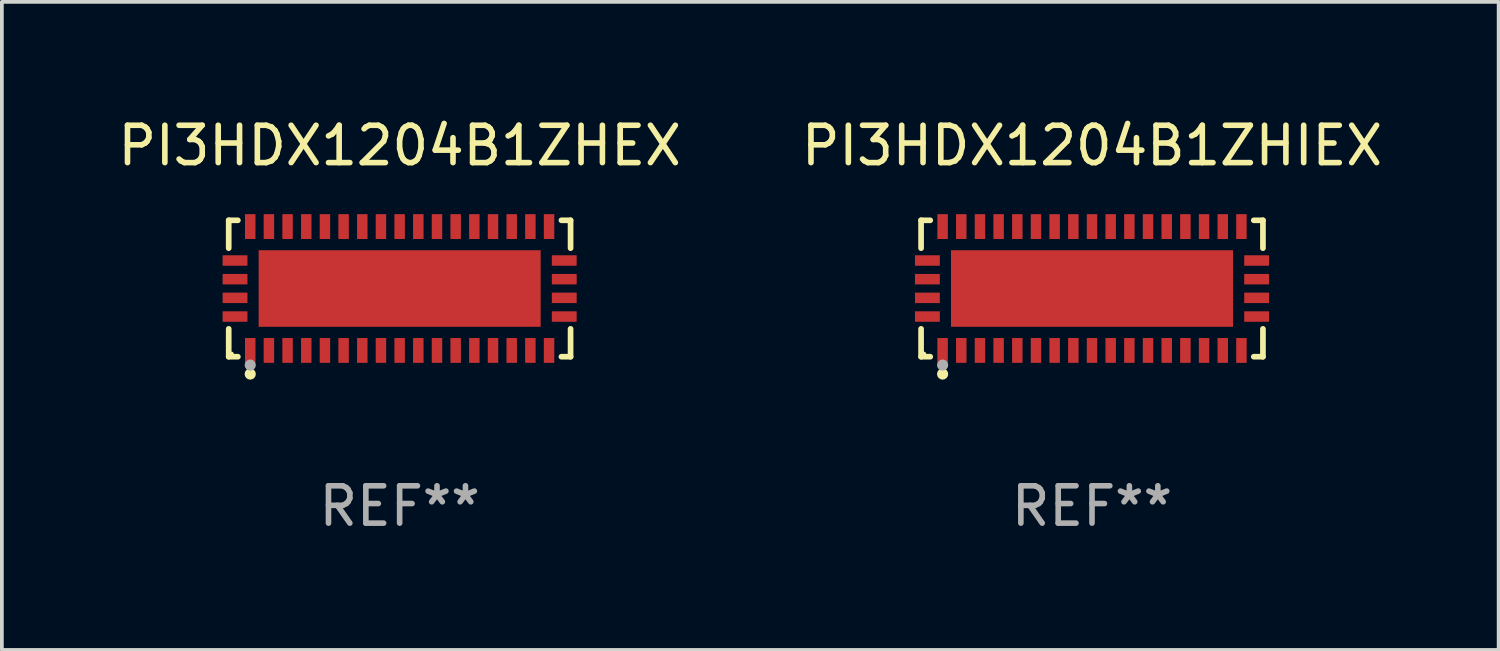
<source format=kicad_pcb>
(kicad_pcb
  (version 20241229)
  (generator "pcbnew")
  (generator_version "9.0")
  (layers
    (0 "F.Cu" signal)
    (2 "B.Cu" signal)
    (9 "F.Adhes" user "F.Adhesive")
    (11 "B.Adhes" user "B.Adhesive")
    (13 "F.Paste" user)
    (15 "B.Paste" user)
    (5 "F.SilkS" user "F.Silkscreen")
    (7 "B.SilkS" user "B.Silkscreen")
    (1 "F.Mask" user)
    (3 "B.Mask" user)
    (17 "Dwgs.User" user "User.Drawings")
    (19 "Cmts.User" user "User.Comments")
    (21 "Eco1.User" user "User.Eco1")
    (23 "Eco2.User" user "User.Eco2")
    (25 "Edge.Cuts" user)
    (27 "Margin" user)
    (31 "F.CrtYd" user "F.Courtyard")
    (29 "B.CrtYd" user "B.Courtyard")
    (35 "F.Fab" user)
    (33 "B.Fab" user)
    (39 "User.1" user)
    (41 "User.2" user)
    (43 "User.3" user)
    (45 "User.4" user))
  (footprint "PI3HDX1204B1ZHIEX"
    (layer "F.Cu")
    (at 26.185 4.674)
    (property "Reference" "PI3HDX1204B1ZHIEX" (at 0 -3.826 0) (layer "F.SilkS") (effects (font (size 1 1) (thickness 0.15))))
    (attr through_hole)
    (fp_line (start -4.576 -1.826) (end -4.331 -1.826) (stroke (width 0.152) (type solid)) (layer "F.SilkS"))
    (fp_line (start -4.576 -1.08) (end -4.576 -1.826) (stroke (width 0.152) (type solid)) (layer "F.SilkS"))
    (fp_line (start -4.576 1.08) (end -4.576 1.826) (stroke (width 0.152) (type solid)) (layer "F.SilkS"))
    (fp_line (start -4.576 1.826) (end -4.331 1.826) (stroke (width 0.152) (type solid)) (layer "F.SilkS"))
    (fp_line (start 4.576 -1.826) (end 4.331 -1.826) (stroke (width 0.152) (type solid)) (layer "F.SilkS"))
    (fp_line (start 4.576 -1.08) (end 4.576 -1.826) (stroke (width 0.152) (type solid)) (layer "F.SilkS"))
    (fp_line (start 4.576 1.08) (end 4.576 1.826) (stroke (width 0.152) (type solid)) (layer "F.SilkS"))
    (fp_line (start 4.576 1.826) (end 4.331 1.826) (stroke (width 0.152) (type solid)) (layer "F.SilkS"))
    (fp_circle (center -4.5 1.75) (end -4.47 1.75) (stroke (width 0.06) (type solid)) (fill no) (layer "F.SilkS"))
    (fp_circle (center -4 2.29) (end -3.925 2.29) (stroke (width 0.15) (type solid)) (fill no) (layer "F.SilkS"))
    (fp_circle (center -4 2.05) (end -3.925 2.05) (stroke (width 0.15) (type solid)) (fill no) (layer "F.Fab"))
    (fp_text user "REF**" (at 0 5.826 0) (layer "F.Fab") (effects (font (size 1 1) (thickness 0.15))))
    (pad "1" smd rect (at -4 1.658) (size 0.28 0.665) (layers "F.Cu" "F.Mask" "F.Paste"))
    (pad "2" smd rect (at -3.5 1.658) (size 0.28 0.665) (layers "F.Cu" "F.Mask" "F.Paste"))
    (pad "3" smd rect (at -3 1.658) (size 0.28 0.665) (layers "F.Cu" "F.Mask" "F.Paste"))
    (pad "4" smd rect (at -2.5 1.658) (size 0.28 0.665) (layers "F.Cu" "F.Mask" "F.Paste"))
    (pad "5" smd rect (at -2 1.658) (size 0.28 0.665) (layers "F.Cu" "F.Mask" "F.Paste"))
    (pad "6" smd rect (at -1.5 1.658) (size 0.28 0.665) (layers "F.Cu" "F.Mask" "F.Paste"))
    (pad "7" smd rect (at -1 1.658) (size 0.28 0.665) (layers "F.Cu" "F.Mask" "F.Paste"))
    (pad "8" smd rect (at -0.5 1.658) (size 0.28 0.665) (layers "F.Cu" "F.Mask" "F.Paste"))
    (pad "9" smd rect (at 0 1.658) (size 0.28 0.665) (layers "F.Cu" "F.Mask" "F.Paste"))
    (pad "10" smd rect (at 0.5 1.658) (size 0.28 0.665) (layers "F.Cu" "F.Mask" "F.Paste"))
    (pad "11" smd rect (at 1 1.658) (size 0.28 0.665) (layers "F.Cu" "F.Mask" "F.Paste"))
    (pad "12" smd rect (at 1.5 1.658) (size 0.28 0.665) (layers "F.Cu" "F.Mask" "F.Paste"))
    (pad "13" smd rect (at 2 1.658) (size 0.28 0.665) (layers "F.Cu" "F.Mask" "F.Paste"))
    (pad "14" smd rect (at 2.5 1.658) (size 0.28 0.665) (layers "F.Cu" "F.Mask" "F.Paste"))
    (pad "15" smd rect (at 3 1.658) (size 0.28 0.665) (layers "F.Cu" "F.Mask" "F.Paste"))
    (pad "16" smd rect (at 3.5 1.658) (size 0.28 0.665) (layers "F.Cu" "F.Mask" "F.Paste"))
    (pad "17" smd rect (at 4 1.658) (size 0.28 0.665) (layers "F.Cu" "F.Mask" "F.Paste"))
    (pad "18" smd rect (at 4.407 0.75) (size 0.665 0.28) (layers "F.Cu" "F.Mask" "F.Paste"))
    (pad "19" smd rect (at 4.407 0.25) (size 0.665 0.28) (layers "F.Cu" "F.Mask" "F.Paste"))
    (pad "20" smd rect (at 4.407 -0.25) (size 0.665 0.28) (layers "F.Cu" "F.Mask" "F.Paste"))
    (pad "21" smd rect (at 4.407 -0.75) (size 0.665 0.28) (layers "F.Cu" "F.Mask" "F.Paste"))
    (pad "22" smd rect (at 4 -1.658) (size 0.28 0.665) (layers "F.Cu" "F.Mask" "F.Paste"))
    (pad "23" smd rect (at 3.5 -1.658) (size 0.28 0.665) (layers "F.Cu" "F.Mask" "F.Paste"))
    (pad "24" smd rect (at 3 -1.658) (size 0.28 0.665) (layers "F.Cu" "F.Mask" "F.Paste"))
    (pad "25" smd rect (at 2.5 -1.658) (size 0.28 0.665) (layers "F.Cu" "F.Mask" "F.Paste"))
    (pad "26" smd rect (at 2 -1.658) (size 0.28 0.665) (layers "F.Cu" "F.Mask" "F.Paste"))
    (pad "27" smd rect (at 1.5 -1.658) (size 0.28 0.665) (layers "F.Cu" "F.Mask" "F.Paste"))
    (pad "28" smd rect (at 1 -1.658) (size 0.28 0.665) (layers "F.Cu" "F.Mask" "F.Paste"))
    (pad "29" smd rect (at 0.5 -1.658) (size 0.28 0.665) (layers "F.Cu" "F.Mask" "F.Paste"))
    (pad "30" smd rect (at 0 -1.658) (size 0.28 0.665) (layers "F.Cu" "F.Mask" "F.Paste"))
    (pad "31" smd rect (at -0.5 -1.658) (size 0.28 0.665) (layers "F.Cu" "F.Mask" "F.Paste"))
    (pad "32" smd rect (at -1 -1.658) (size 0.28 0.665) (layers "F.Cu" "F.Mask" "F.Paste"))
    (pad "33" smd rect (at -1.5 -1.658) (size 0.28 0.665) (layers "F.Cu" "F.Mask" "F.Paste"))
    (pad "34" smd rect (at -2 -1.658) (size 0.28 0.665) (layers "F.Cu" "F.Mask" "F.Paste"))
    (pad "35" smd rect (at -2.5 -1.658) (size 0.28 0.665) (layers "F.Cu" "F.Mask" "F.Paste"))
    (pad "36" smd rect (at -3 -1.658) (size 0.28 0.665) (layers "F.Cu" "F.Mask" "F.Paste"))
    (pad "37" smd rect (at -3.5 -1.658) (size 0.28 0.665) (layers "F.Cu" "F.Mask" "F.Paste"))
    (pad "38" smd rect (at -4 -1.658) (size 0.28 0.665) (layers "F.Cu" "F.Mask" "F.Paste"))
    (pad "39" smd rect (at -4.407 -0.75) (size 0.665 0.28) (layers "F.Cu" "F.Mask" "F.Paste"))
    (pad "40" smd rect (at -4.407 -0.25) (size 0.665 0.28) (layers "F.Cu" "F.Mask" "F.Paste"))
    (pad "41" smd rect (at -4.407 0.25) (size 0.665 0.28) (layers "F.Cu" "F.Mask" "F.Paste"))
    (pad "42" smd rect (at -4.407 0.75) (size 0.665 0.28) (layers "F.Cu" "F.Mask" "F.Paste"))
    (pad "43" smd rect (at 0 0) (size 7.55 2.05) (layers "F.Cu" "F.Mask" "F.Paste")))
  (footprint "PI3HDX1204B1ZHEX"
    (layer "F.Cu")
    (at 7.649 4.674)
    (property "Reference" "PI3HDX1204B1ZHEX" (at 0 -3.826 0) (layer "F.SilkS") (effects (font (size 1 1) (thickness 0.15))))
    (attr through_hole)
    (fp_line (start -4.576 -1.826) (end -4.331 -1.826) (stroke (width 0.152) (type solid)) (layer "F.SilkS"))
    (fp_line (start -4.576 -1.08) (end -4.576 -1.826) (stroke (width 0.152) (type solid)) (layer "F.SilkS"))
    (fp_line (start -4.576 1.08) (end -4.576 1.826) (stroke (width 0.152) (type solid)) (layer "F.SilkS"))
    (fp_line (start -4.576 1.826) (end -4.331 1.826) (stroke (width 0.152) (type solid)) (layer "F.SilkS"))
    (fp_line (start 4.576 -1.826) (end 4.331 -1.826) (stroke (width 0.152) (type solid)) (layer "F.SilkS"))
    (fp_line (start 4.576 -1.08) (end 4.576 -1.826) (stroke (width 0.152) (type solid)) (layer "F.SilkS"))
    (fp_line (start 4.576 1.08) (end 4.576 1.826) (stroke (width 0.152) (type solid)) (layer "F.SilkS"))
    (fp_line (start 4.576 1.826) (end 4.331 1.826) (stroke (width 0.152) (type solid)) (layer "F.SilkS"))
    (fp_circle (center -4.5 1.75) (end -4.47 1.75) (stroke (width 0.06) (type solid)) (fill no) (layer "F.SilkS"))
    (fp_circle (center -4 2.29) (end -3.925 2.29) (stroke (width 0.15) (type solid)) (fill no) (layer "F.SilkS"))
    (fp_circle (center -4 2.05) (end -3.925 2.05) (stroke (width 0.15) (type solid)) (fill no) (layer "F.Fab"))
    (fp_text user "REF**" (at 0 5.826 0) (layer "F.Fab") (effects (font (size 1 1) (thickness 0.15))))
    (pad "1" smd rect (at -4 1.658) (size 0.28 0.665) (layers "F.Cu" "F.Mask" "F.Paste"))
    (pad "2" smd rect (at -3.5 1.658) (size 0.28 0.665) (layers "F.Cu" "F.Mask" "F.Paste"))
    (pad "3" smd rect (at -3 1.658) (size 0.28 0.665) (layers "F.Cu" "F.Mask" "F.Paste"))
    (pad "4" smd rect (at -2.5 1.658) (size 0.28 0.665) (layers "F.Cu" "F.Mask" "F.Paste"))
    (pad "5" smd rect (at -2 1.658) (size 0.28 0.665) (layers "F.Cu" "F.Mask" "F.Paste"))
    (pad "6" smd rect (at -1.5 1.658) (size 0.28 0.665) (layers "F.Cu" "F.Mask" "F.Paste"))
    (pad "7" smd rect (at -1 1.658) (size 0.28 0.665) (layers "F.Cu" "F.Mask" "F.Paste"))
    (pad "8" smd rect (at -0.5 1.658) (size 0.28 0.665) (layers "F.Cu" "F.Mask" "F.Paste"))
    (pad "9" smd rect (at 0 1.658) (size 0.28 0.665) (layers "F.Cu" "F.Mask" "F.Paste"))
    (pad "10" smd rect (at 0.5 1.658) (size 0.28 0.665) (layers "F.Cu" "F.Mask" "F.Paste"))
    (pad "11" smd rect (at 1 1.658) (size 0.28 0.665) (layers "F.Cu" "F.Mask" "F.Paste"))
    (pad "12" smd rect (at 1.5 1.658) (size 0.28 0.665) (layers "F.Cu" "F.Mask" "F.Paste"))
    (pad "13" smd rect (at 2 1.658) (size 0.28 0.665) (layers "F.Cu" "F.Mask" "F.Paste"))
    (pad "14" smd rect (at 2.5 1.658) (size 0.28 0.665) (layers "F.Cu" "F.Mask" "F.Paste"))
    (pad "15" smd rect (at 3 1.658) (size 0.28 0.665) (layers "F.Cu" "F.Mask" "F.Paste"))
    (pad "16" smd rect (at 3.5 1.658) (size 0.28 0.665) (layers "F.Cu" "F.Mask" "F.Paste"))
    (pad "17" smd rect (at 4 1.658) (size 0.28 0.665) (layers "F.Cu" "F.Mask" "F.Paste"))
    (pad "18" smd rect (at 4.407 0.75) (size 0.665 0.28) (layers "F.Cu" "F.Mask" "F.Paste"))
    (pad "19" smd rect (at 4.407 0.25) (size 0.665 0.28) (layers "F.Cu" "F.Mask" "F.Paste"))
    (pad "20" smd rect (at 4.407 -0.25) (size 0.665 0.28) (layers "F.Cu" "F.Mask" "F.Paste"))
    (pad "21" smd rect (at 4.407 -0.75) (size 0.665 0.28) (layers "F.Cu" "F.Mask" "F.Paste"))
    (pad "22" smd rect (at 4 -1.658) (size 0.28 0.665) (layers "F.Cu" "F.Mask" "F.Paste"))
    (pad "23" smd rect (at 3.5 -1.658) (size 0.28 0.665) (layers "F.Cu" "F.Mask" "F.Paste"))
    (pad "24" smd rect (at 3 -1.658) (size 0.28 0.665) (layers "F.Cu" "F.Mask" "F.Paste"))
    (pad "25" smd rect (at 2.5 -1.658) (size 0.28 0.665) (layers "F.Cu" "F.Mask" "F.Paste"))
    (pad "26" smd rect (at 2 -1.658) (size 0.28 0.665) (layers "F.Cu" "F.Mask" "F.Paste"))
    (pad "27" smd rect (at 1.5 -1.658) (size 0.28 0.665) (layers "F.Cu" "F.Mask" "F.Paste"))
    (pad "28" smd rect (at 1 -1.658) (size 0.28 0.665) (layers "F.Cu" "F.Mask" "F.Paste"))
    (pad "29" smd rect (at 0.5 -1.658) (size 0.28 0.665) (layers "F.Cu" "F.Mask" "F.Paste"))
    (pad "30" smd rect (at 0 -1.658) (size 0.28 0.665) (layers "F.Cu" "F.Mask" "F.Paste"))
    (pad "31" smd rect (at -0.5 -1.658) (size 0.28 0.665) (layers "F.Cu" "F.Mask" "F.Paste"))
    (pad "32" smd rect (at -1 -1.658) (size 0.28 0.665) (layers "F.Cu" "F.Mask" "F.Paste"))
    (pad "33" smd rect (at -1.5 -1.658) (size 0.28 0.665) (layers "F.Cu" "F.Mask" "F.Paste"))
    (pad "34" smd rect (at -2 -1.658) (size 0.28 0.665) (layers "F.Cu" "F.Mask" "F.Paste"))
    (pad "35" smd rect (at -2.5 -1.658) (size 0.28 0.665) (layers "F.Cu" "F.Mask" "F.Paste"))
    (pad "36" smd rect (at -3 -1.658) (size 0.28 0.665) (layers "F.Cu" "F.Mask" "F.Paste"))
    (pad "37" smd rect (at -3.5 -1.658) (size 0.28 0.665) (layers "F.Cu" "F.Mask" "F.Paste"))
    (pad "38" smd rect (at -4 -1.658) (size 0.28 0.665) (layers "F.Cu" "F.Mask" "F.Paste"))
    (pad "39" smd rect (at -4.407 -0.75) (size 0.665 0.28) (layers "F.Cu" "F.Mask" "F.Paste"))
    (pad "40" smd rect (at -4.407 -0.25) (size 0.665 0.28) (layers "F.Cu" "F.Mask" "F.Paste"))
    (pad "41" smd rect (at -4.407 0.25) (size 0.665 0.28) (layers "F.Cu" "F.Mask" "F.Paste"))
    (pad "42" smd rect (at -4.407 0.75) (size 0.665 0.28) (layers "F.Cu" "F.Mask" "F.Paste"))
    (pad "43" smd rect (at 0 0) (size 7.55 2.05) (layers "F.Cu" "F.Mask" "F.Paste")))
  (gr_rect
    (start -3 -3)
    (end 37.071 14.349)
    (stroke (width 0.1) (type default))
    (fill no)
    (layer "Edge.Cuts")))
</source>
